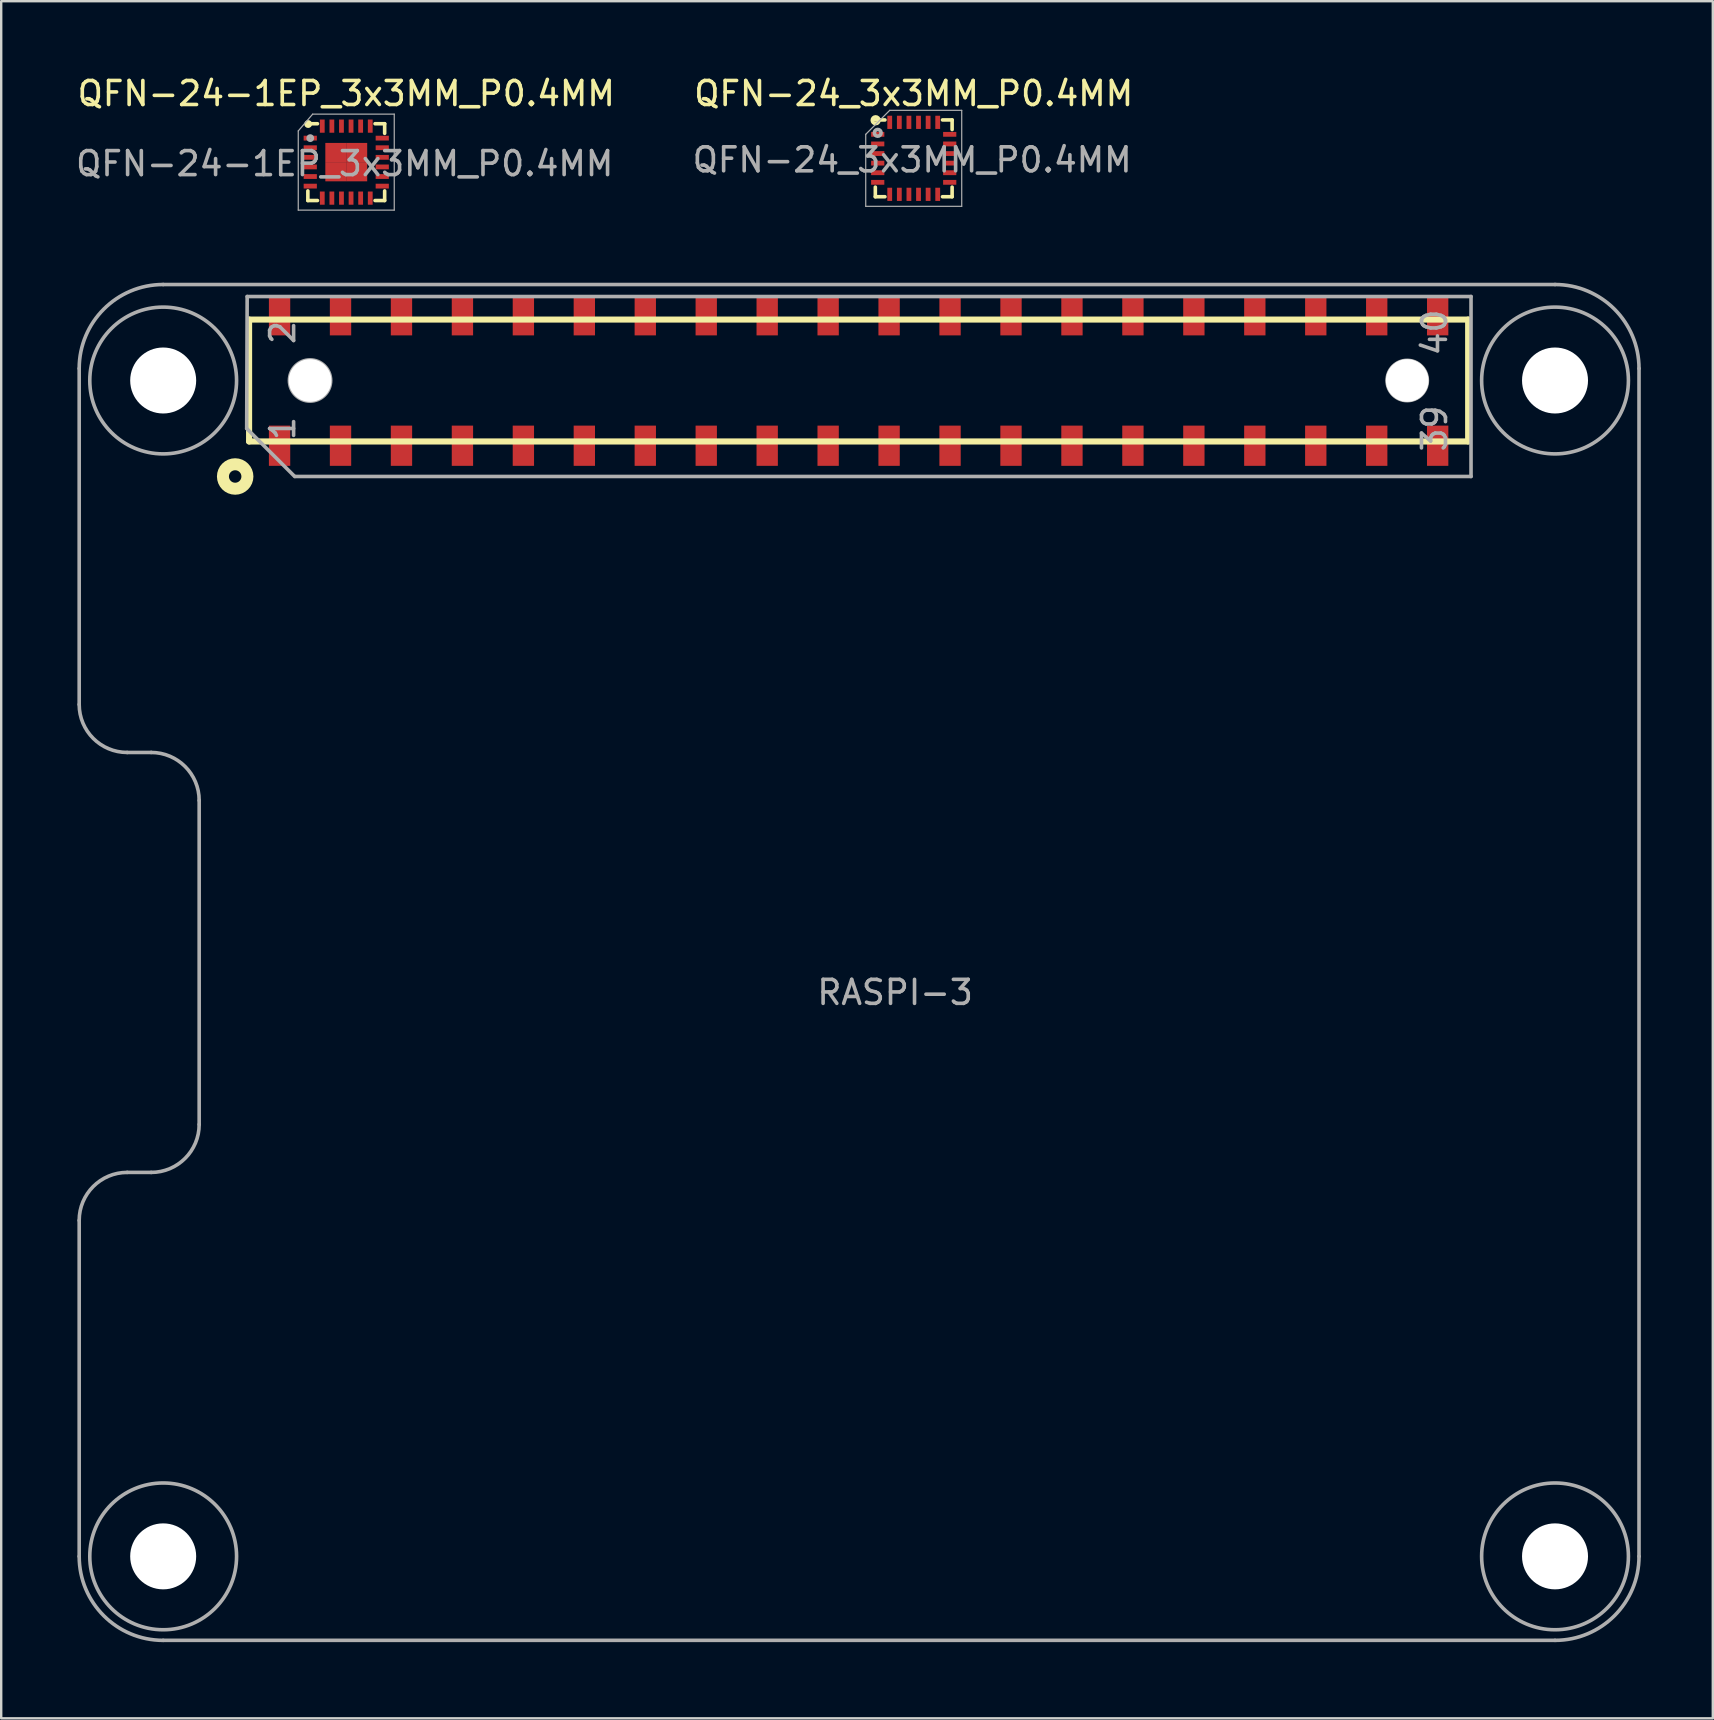
<source format=kicad_pcb>
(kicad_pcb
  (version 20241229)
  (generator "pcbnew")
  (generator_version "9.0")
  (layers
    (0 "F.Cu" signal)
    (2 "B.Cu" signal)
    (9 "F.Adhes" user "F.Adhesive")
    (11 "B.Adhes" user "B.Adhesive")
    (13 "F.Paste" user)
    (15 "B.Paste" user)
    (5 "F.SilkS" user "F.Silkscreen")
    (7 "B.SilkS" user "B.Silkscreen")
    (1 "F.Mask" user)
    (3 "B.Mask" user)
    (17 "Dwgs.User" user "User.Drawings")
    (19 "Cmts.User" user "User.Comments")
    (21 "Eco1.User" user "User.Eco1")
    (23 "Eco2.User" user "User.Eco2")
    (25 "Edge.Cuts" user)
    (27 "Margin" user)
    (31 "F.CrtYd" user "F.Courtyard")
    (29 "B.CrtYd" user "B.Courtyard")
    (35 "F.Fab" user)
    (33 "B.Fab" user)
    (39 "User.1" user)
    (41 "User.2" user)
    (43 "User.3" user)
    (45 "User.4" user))
  (footprint "QFN-24-1EP_3x3MM_P0.4MM"
    (layer "F.Cu")
    (at 11.379 3.706)
    (property "Reference" "QFN-24-1EP_3x3MM_P0.4MM" (at -0.064 0.064 0) (layer "F.Fab") (effects (font (size 1 1) (thickness 0.15))))
    (attr smd)
    (fp_line (start -1.6 -1.6) (end -1.2 -1.6) (stroke (width 0.15) (type solid)) (layer "F.SilkS"))
    (fp_line (start -1.6 1.6) (end -1.6 1.2) (stroke (width 0.15) (type solid)) (layer "F.SilkS"))
    (fp_line (start -1.6 1.6) (end -1.2 1.6) (stroke (width 0.15) (type solid)) (layer "F.SilkS"))
    (fp_line (start 1.6 -1.6) (end 1.2 -1.6) (stroke (width 0.15) (type solid)) (layer "F.SilkS"))
    (fp_line (start 1.6 -1.6) (end 1.6 -1.2) (stroke (width 0.15) (type solid)) (layer "F.SilkS"))
    (fp_line (start 1.6 1.6) (end 1.2 1.6) (stroke (width 0.15) (type solid)) (layer "F.SilkS"))
    (fp_line (start 1.6 1.6) (end 1.6 1.2) (stroke (width 0.15) (type solid)) (layer "F.SilkS"))
    (fp_circle (center -1.587 -1.587) (end -1.5 -1.6) (stroke (width 0.152) (type solid)) (fill no) (layer "F.SilkS"))
    (fp_line (start -2 -1.3) (end -1.4 -2) (stroke (width 0.05) (type solid)) (layer "F.Fab"))
    (fp_line (start -2 2) (end -2 -1.3) (stroke (width 0.05) (type solid)) (layer "F.Fab"))
    (fp_line (start -1.4 -2) (end 2 -2) (stroke (width 0.05) (type solid)) (layer "F.Fab"))
    (fp_line (start 2 -2) (end 2 2) (stroke (width 0.05) (type solid)) (layer "F.Fab"))
    (fp_line (start 2 2) (end -2 2) (stroke (width 0.05) (type solid)) (layer "F.Fab"))
    (fp_circle (center -1.5 -1) (end -1.413 -1.012) (stroke (width 0.152) (type solid)) (fill no) (layer "F.Fab"))
    (fp_text user "${REFERENCE}" (at 0 -2.857 0) (layer "F.SilkS") (effects (font (size 1 1) (thickness 0.15))))
    (pad "1" smd rect (at -1.5 -1) (size 0.55 0.2) (layers "F.Cu" "F.Mask" "F.Paste"))
    (pad "2" smd rect (at -1.5 -0.6) (size 0.55 0.2) (layers "F.Cu" "F.Mask" "F.Paste"))
    (pad "3" smd rect (at -1.5 -0.2) (size 0.55 0.2) (layers "F.Cu" "F.Mask" "F.Paste"))
    (pad "4" smd rect (at -1.5 0.2) (size 0.55 0.2) (layers "F.Cu" "F.Mask" "F.Paste"))
    (pad "5" smd rect (at -1.5 0.6) (size 0.55 0.2) (layers "F.Cu" "F.Mask" "F.Paste"))
    (pad "6" smd rect (at -1.5 1) (size 0.55 0.2) (layers "F.Cu" "F.Mask" "F.Paste"))
    (pad "7" smd rect (at -1 1.5 90) (size 0.55 0.2) (layers "F.Cu" "F.Mask" "F.Paste"))
    (pad "8" smd rect (at -0.6 1.5 90) (size 0.55 0.2) (layers "F.Cu" "F.Mask" "F.Paste"))
    (pad "9" smd rect (at -0.2 1.5 90) (size 0.55 0.2) (layers "F.Cu" "F.Mask" "F.Paste"))
    (pad "10" smd rect (at 0.2 1.5 90) (size 0.55 0.2) (layers "F.Cu" "F.Mask" "F.Paste"))
    (pad "11" smd rect (at 0.6 1.5 90) (size 0.55 0.2) (layers "F.Cu" "F.Mask" "F.Paste"))
    (pad "12" smd rect (at 1 1.5 90) (size 0.55 0.2) (layers "F.Cu" "F.Mask" "F.Paste"))
    (pad "13" smd rect (at 1.5 1) (size 0.55 0.2) (layers "F.Cu" "F.Mask" "F.Paste"))
    (pad "14" smd rect (at 1.5 0.6) (size 0.55 0.2) (layers "F.Cu" "F.Mask" "F.Paste"))
    (pad "15" smd rect (at 1.5 0.2) (size 0.55 0.2) (layers "F.Cu" "F.Mask" "F.Paste"))
    (pad "16" smd rect (at 1.5 -0.2) (size 0.55 0.2) (layers "F.Cu" "F.Mask" "F.Paste"))
    (pad "17" smd rect (at 1.5 -0.6) (size 0.55 0.2) (layers "F.Cu" "F.Mask" "F.Paste"))
    (pad "18" smd rect (at 1.5 -1) (size 0.55 0.2) (layers "F.Cu" "F.Mask" "F.Paste"))
    (pad "19" smd rect (at 1 -1.5 90) (size 0.55 0.2) (layers "F.Cu" "F.Mask" "F.Paste"))
    (pad "20" smd rect (at 0.6 -1.5 90) (size 0.55 0.2) (layers "F.Cu" "F.Mask" "F.Paste"))
    (pad "21" smd rect (at 0.2 -1.5 90) (size 0.55 0.2) (layers "F.Cu" "F.Mask" "F.Paste"))
    (pad "22" smd rect (at -0.2 -1.5 90) (size 0.55 0.2) (layers "F.Cu" "F.Mask" "F.Paste"))
    (pad "23" smd rect (at -0.6 -1.5 90) (size 0.55 0.2) (layers "F.Cu" "F.Mask" "F.Paste"))
    (pad "24" smd rect (at -1 -1.5 90) (size 0.55 0.2) (layers "F.Cu" "F.Mask" "F.Paste"))
    (pad "25" smd rect (at -0.435 -0.4) (size 0.875 0.8) (layers "F.Cu" "F.Mask" "F.Paste"))
    (pad "25" smd rect (at -0.435 0.4) (size 0.875 0.8) (layers "F.Cu" "F.Mask" "F.Paste"))
    (pad "25" smd rect (at 0.435 -0.4) (size 0.875 0.8) (layers "F.Cu" "F.Mask" "F.Paste"))
    (pad "25" smd rect (at 0.435 0.4) (size 0.875 0.8) (layers "F.Cu" "F.Mask" "F.Paste")))
  (footprint "QFN-24_3x3MM_P0.4MM"
    (layer "F.Cu")
    (at 35.026 3.548)
    (property "Reference" "QFN-24_3x3MM_P0.4MM" (at -0.064 0.064 0) (layer "F.Fab") (effects (font (size 1 1) (thickness 0.15))))
    (attr smd)
    (fp_line (start -1.6 -1.6) (end -1.2 -1.6) (stroke (width 0.15) (type solid)) (layer "F.SilkS"))
    (fp_line (start -1.6 1.6) (end -1.6 1.2) (stroke (width 0.15) (type solid)) (layer "F.SilkS"))
    (fp_line (start -1.6 1.6) (end -1.2 1.6) (stroke (width 0.15) (type solid)) (layer "F.SilkS"))
    (fp_line (start 1.6 -1.6) (end 1.2 -1.6) (stroke (width 0.15) (type solid)) (layer "F.SilkS"))
    (fp_line (start 1.6 -1.6) (end 1.6 -1.2) (stroke (width 0.15) (type solid)) (layer "F.SilkS"))
    (fp_line (start 1.6 1.6) (end 1.2 1.6) (stroke (width 0.15) (type solid)) (layer "F.SilkS"))
    (fp_line (start 1.6 1.6) (end 1.6 1.2) (stroke (width 0.15) (type solid)) (layer "F.SilkS"))
    (fp_circle (center -1.587 -1.587) (end -1.524 -1.587) (stroke (width 0.152) (type solid)) (fill no) (layer "F.SilkS"))
    (fp_line (start -2 -1) (end -1 -2) (stroke (width 0.051) (type solid)) (layer "F.Fab"))
    (fp_line (start -2 2) (end -2 -1) (stroke (width 0.05) (type solid)) (layer "F.Fab"))
    (fp_line (start -1 -2) (end 2 -2) (stroke (width 0.05) (type solid)) (layer "F.Fab"))
    (fp_line (start 2 -2) (end 2 2) (stroke (width 0.05) (type solid)) (layer "F.Fab"))
    (fp_line (start 2 2) (end -2 2) (stroke (width 0.05) (type solid)) (layer "F.Fab"))
    (fp_circle (center -1.5 -1.063) (end -1.5 -1.127) (stroke (width 0.152) (type solid)) (fill no) (layer "F.Fab"))
    (fp_text user "${REFERENCE}" (at 0 -2.7 0) (layer "F.SilkS") (effects (font (size 1 1) (thickness 0.15))))
    (pad "1" smd rect (at -1.5 -1) (size 0.55 0.2) (layers "F.Cu" "F.Mask" "F.Paste"))
    (pad "2" smd rect (at -1.5 -0.6) (size 0.55 0.2) (layers "F.Cu" "F.Mask" "F.Paste"))
    (pad "3" smd rect (at -1.5 -0.2) (size 0.55 0.2) (layers "F.Cu" "F.Mask" "F.Paste"))
    (pad "4" smd rect (at -1.5 0.2) (size 0.55 0.2) (layers "F.Cu" "F.Mask" "F.Paste"))
    (pad "5" smd rect (at -1.5 0.6) (size 0.55 0.2) (layers "F.Cu" "F.Mask" "F.Paste"))
    (pad "6" smd rect (at -1.5 1) (size 0.55 0.2) (layers "F.Cu" "F.Mask" "F.Paste"))
    (pad "7" smd rect (at -1 1.5 90) (size 0.55 0.2) (layers "F.Cu" "F.Mask" "F.Paste"))
    (pad "8" smd rect (at -0.6 1.5 90) (size 0.55 0.2) (layers "F.Cu" "F.Mask" "F.Paste"))
    (pad "9" smd rect (at -0.2 1.5 90) (size 0.55 0.2) (layers "F.Cu" "F.Mask" "F.Paste"))
    (pad "10" smd rect (at 0.2 1.5 90) (size 0.55 0.2) (layers "F.Cu" "F.Mask" "F.Paste"))
    (pad "11" smd rect (at 0.6 1.5 90) (size 0.55 0.2) (layers "F.Cu" "F.Mask" "F.Paste"))
    (pad "12" smd rect (at 1 1.5 90) (size 0.55 0.2) (layers "F.Cu" "F.Mask" "F.Paste"))
    (pad "13" smd rect (at 1.5 1) (size 0.55 0.2) (layers "F.Cu" "F.Mask" "F.Paste"))
    (pad "14" smd rect (at 1.5 0.6) (size 0.55 0.2) (layers "F.Cu" "F.Mask" "F.Paste"))
    (pad "15" smd rect (at 1.5 0.2) (size 0.55 0.2) (layers "F.Cu" "F.Mask" "F.Paste"))
    (pad "16" smd rect (at 1.5 -0.2) (size 0.55 0.2) (layers "F.Cu" "F.Mask" "F.Paste"))
    (pad "17" smd rect (at 1.5 -0.6) (size 0.55 0.2) (layers "F.Cu" "F.Mask" "F.Paste"))
    (pad "18" smd rect (at 1.5 -1) (size 0.55 0.2) (layers "F.Cu" "F.Mask" "F.Paste"))
    (pad "19" smd rect (at 1 -1.5 90) (size 0.55 0.2) (layers "F.Cu" "F.Mask" "F.Paste"))
    (pad "20" smd rect (at 0.6 -1.5 90) (size 0.55 0.2) (layers "F.Cu" "F.Mask" "F.Paste"))
    (pad "21" smd rect (at 0.2 -1.5 90) (size 0.55 0.2) (layers "F.Cu" "F.Mask" "F.Paste"))
    (pad "22" smd rect (at -0.2 -1.5 90) (size 0.55 0.2) (layers "F.Cu" "F.Mask" "F.Paste"))
    (pad "23" smd rect (at -0.6 -1.5 90) (size 0.55 0.2) (layers "F.Cu" "F.Mask" "F.Paste"))
    (pad "24" smd rect (at -1 -1.5 90) (size 0.55 0.2) (layers "F.Cu" "F.Mask" "F.Paste")))
  (footprint "RASPI-3"
    (layer "F.Cu")
    (at 0.25 65.306)
    (property "Reference" "RASPI-3" (at 34 -27 0) (layer "F.Fab") (effects (font (size 1 1) (thickness 0.15))))
    (attr smd)
    (fp_line (start 7.08 -55.04) (end 57.88 -55.04) (stroke (width 0.254) (type solid)) (layer "F.SilkS"))
    (fp_line (start 7.08 -49.96) (end 7.08 -55.04) (stroke (width 0.254) (type solid)) (layer "F.SilkS"))
    (fp_line (start 57.88 -55.04) (end 57.88 -49.96) (stroke (width 0.254) (type solid)) (layer "F.SilkS"))
    (fp_line (start 57.88 -49.96) (end 7.08 -49.96) (stroke (width 0.254) (type solid)) (layer "F.SilkS"))
    (fp_circle (center 6.5 -48.5) (end 6.6 -48) (stroke (width 0.5) (type solid)) (fill no) (layer "F.SilkS"))
    (fp_line (start 0 -53) (end 0 -39) (stroke (width 0.15) (type solid)) (layer "F.Fab"))
    (fp_line (start 0 -3.5) (end 0 -17.5) (stroke (width 0.15) (type solid)) (layer "F.Fab"))
    (fp_line (start 3 -37) (end 2 -37) (stroke (width 0.15) (type solid)) (layer "F.Fab"))
    (fp_line (start 3 -19.5) (end 2 -19.5) (stroke (width 0.15) (type solid)) (layer "F.Fab"))
    (fp_line (start 3.5 0) (end 61.5 0) (stroke (width 0.15) (type solid)) (layer "F.Fab"))
    (fp_line (start 5 -35) (end 5 -21.5) (stroke (width 0.15) (type solid)) (layer "F.Fab"))
    (fp_line (start 7 -56) (end 6.98 -50.5) (stroke (width 0.15) (type solid)) (layer "F.Fab"))
    (fp_line (start 8.98 -48.5) (end 6.98 -50.5) (stroke (width 0.15) (type solid)) (layer "F.Fab"))
    (fp_line (start 9 -48.5) (end 58 -48.5) (stroke (width 0.15) (type solid)) (layer "F.Fab"))
    (fp_line (start 58 -56) (end 7 -56) (stroke (width 0.15) (type solid)) (layer "F.Fab"))
    (fp_line (start 58 -48.5) (end 58 -56) (stroke (width 0.15) (type solid)) (layer "F.Fab"))
    (fp_line (start 61.5 -56.5) (end 3.5 -56.5) (stroke (width 0.15) (type solid)) (layer "F.Fab"))
    (fp_line (start 65 -3.5) (end 65 -53) (stroke (width 0.15) (type solid)) (layer "F.Fab"))
    (fp_arc (start 0 -53) (mid 1.025126 -55.474874) (end 3.5 -56.5) (stroke (width 0.15) (type solid)) (layer "F.Fab"))
    (fp_arc (start 0 -17.5) (mid 0.585786 -18.914214) (end 2 -19.5) (stroke (width 0.15) (type solid)) (layer "F.Fab"))
    (fp_arc (start 2 -37) (mid 0.585786 -37.585786) (end 0 -39) (stroke (width 0.15) (type solid)) (layer "F.Fab"))
    (fp_arc (start 3 -37) (mid 4.414214 -36.414214) (end 5 -35) (stroke (width 0.15) (type solid)) (layer "F.Fab"))
    (fp_arc (start 3.5 0) (mid 1.025126 -1.025126) (end 0 -3.5) (stroke (width 0.15) (type solid)) (layer "F.Fab"))
    (fp_arc (start 5 -21.5) (mid 4.414214 -20.085786) (end 3 -19.5) (stroke (width 0.15) (type solid)) (layer "F.Fab"))
    (fp_arc (start 61.5 -56.5) (mid 63.974874 -55.474874) (end 65 -53) (stroke (width 0.15) (type solid)) (layer "F.Fab"))
    (fp_arc (start 65 -3.5) (mid 63.974874 -1.025126) (end 61.5 0) (stroke (width 0.15) (type solid)) (layer "F.Fab"))
    (fp_circle (center 3.5 -52.5) (end 1.994 -49.838) (stroke (width 0.15) (type solid)) (fill no) (layer "F.Fab"))
    (fp_circle (center 3.5 -3.5) (end 1.994 -0.838) (stroke (width 0.15) (type solid)) (fill no) (layer "F.Fab"))
    (fp_circle (center 9.62 -52.5) (end 10.48 -52.5) (stroke (width 0.15) (type solid)) (fill no) (layer "F.Fab"))
    (fp_circle (center 55.34 -52.5) (end 56.18 -52.5) (stroke (width 0.15) (type solid)) (fill no) (layer "F.Fab"))
    (fp_circle (center 61.5 -52.5) (end 63.006 -55.162) (stroke (width 0.15) (type solid)) (fill no) (layer "F.Fab"))
    (fp_circle (center 61.5 -3.5) (end 59.994 -0.838) (stroke (width 0.15) (type solid)) (fill no) (layer "F.Fab"))
    (fp_text user "40" (at 56.48 -54.5 90) (layer "F.Fab") (effects (font (size 1 1) (thickness 0.15))))
    (fp_text user "1" (at 8.48 -50.5 90) (layer "F.Fab") (effects (font (size 1 1) (thickness 0.15))))
    (fp_text user "39" (at 56.48 -50.5 90) (layer "F.Fab") (effects (font (size 1 1) (thickness 0.15))))
    (fp_text user "2" (at 8.48 -54.5 90) (layer "F.Fab") (effects (font (size 1 1) (thickness 0.15))))
    (pad "" np_thru_hole circle (at 3.5 -52.5) (size 2.75 2.75) (drill 2.75) (layers "*.Cu" "*.Mask"))
    (pad "" np_thru_hole circle (at 3.5 -3.5) (size 2.75 2.75) (drill 2.75) (layers "*.Cu" "*.Mask"))
    (pad "" np_thru_hole circle (at 9.62 -52.5) (size 1.778 1.778) (drill 1.778) (layers "*.Cu" "*.Mask" "F.SilkS"))
    (pad "" np_thru_hole circle (at 55.34 -52.5) (size 1.778 1.778) (drill 1.778) (layers "*.Cu" "*.Mask" "F.SilkS"))
    (pad "" np_thru_hole circle (at 61.5 -52.5 180) (size 2.75 2.75) (drill 2.75) (layers "*.Cu" "*.Mask"))
    (pad "" np_thru_hole circle (at 61.5 -3.5 180) (size 2.75 2.75) (drill 2.75) (layers "*.Cu" "*.Mask"))
    (pad "1" smd rect (at 8.35 -49.782 180) (size 0.889 1.676) (layers "F.Cu" "F.Mask" "F.Paste"))
    (pad "2" smd rect (at 8.35 -55.218 180) (size 0.889 1.676) (layers "F.Cu" "F.Mask" "F.Paste"))
    (pad "3" smd rect (at 10.89 -49.782 180) (size 0.889 1.676) (layers "F.Cu" "F.Mask" "F.Paste"))
    (pad "4" smd rect (at 10.89 -55.218 180) (size 0.889 1.676) (layers "F.Cu" "F.Mask" "F.Paste"))
    (pad "5" smd rect (at 13.43 -49.782 180) (size 0.889 1.676) (layers "F.Cu" "F.Mask" "F.Paste"))
    (pad "6" smd rect (at 13.43 -55.218 180) (size 0.889 1.676) (layers "F.Cu" "F.Mask" "F.Paste"))
    (pad "7" smd rect (at 15.97 -49.782 180) (size 0.889 1.676) (layers "F.Cu" "F.Mask" "F.Paste"))
    (pad "8" smd rect (at 15.97 -55.218 180) (size 0.889 1.676) (layers "F.Cu" "F.Mask" "F.Paste"))
    (pad "9" smd rect (at 18.51 -49.782 180) (size 0.889 1.676) (layers "F.Cu" "F.Mask" "F.Paste"))
    (pad "10" smd rect (at 18.51 -55.218 180) (size 0.889 1.676) (layers "F.Cu" "F.Mask" "F.Paste"))
    (pad "11" smd rect (at 21.05 -49.782 180) (size 0.889 1.676) (layers "F.Cu" "F.Mask" "F.Paste"))
    (pad "12" smd rect (at 21.05 -55.218 180) (size 0.889 1.676) (layers "F.Cu" "F.Mask" "F.Paste"))
    (pad "13" smd rect (at 23.59 -49.782 180) (size 0.889 1.676) (layers "F.Cu" "F.Mask" "F.Paste"))
    (pad "14" smd rect (at 23.59 -55.218 180) (size 0.889 1.676) (layers "F.Cu" "F.Mask" "F.Paste"))
    (pad "15" smd rect (at 26.13 -49.782 180) (size 0.889 1.676) (layers "F.Cu" "F.Mask" "F.Paste"))
    (pad "16" smd rect (at 26.13 -55.218 180) (size 0.889 1.676) (layers "F.Cu" "F.Mask" "F.Paste"))
    (pad "17" smd rect (at 28.67 -49.782 180) (size 0.889 1.676) (layers "F.Cu" "F.Mask" "F.Paste"))
    (pad "18" smd rect (at 28.67 -55.218 180) (size 0.889 1.676) (layers "F.Cu" "F.Mask" "F.Paste"))
    (pad "19" smd rect (at 31.21 -49.782 180) (size 0.889 1.676) (layers "F.Cu" "F.Mask" "F.Paste"))
    (pad "20" smd rect (at 31.21 -55.218 180) (size 0.889 1.676) (layers "F.Cu" "F.Mask" "F.Paste"))
    (pad "21" smd rect (at 33.75 -49.782 180) (size 0.889 1.676) (layers "F.Cu" "F.Mask" "F.Paste"))
    (pad "22" smd rect (at 33.75 -55.218 180) (size 0.889 1.676) (layers "F.Cu" "F.Mask" "F.Paste"))
    (pad "23" smd rect (at 36.29 -49.782 180) (size 0.889 1.676) (layers "F.Cu" "F.Mask" "F.Paste"))
    (pad "24" smd rect (at 36.29 -55.218 180) (size 0.889 1.676) (layers "F.Cu" "F.Mask" "F.Paste"))
    (pad "25" smd rect (at 38.83 -49.782 180) (size 0.889 1.676) (layers "F.Cu" "F.Mask" "F.Paste"))
    (pad "26" smd rect (at 38.83 -55.218 180) (size 0.889 1.676) (layers "F.Cu" "F.Mask" "F.Paste"))
    (pad "27" smd rect (at 41.37 -49.782 180) (size 0.889 1.676) (layers "F.Cu" "F.Mask" "F.Paste"))
    (pad "28" smd rect (at 41.37 -55.218 180) (size 0.889 1.676) (layers "F.Cu" "F.Mask" "F.Paste"))
    (pad "29" smd rect (at 43.91 -49.782 180) (size 0.889 1.676) (layers "F.Cu" "F.Mask" "F.Paste"))
    (pad "30" smd rect (at 43.91 -55.218 180) (size 0.889 1.676) (layers "F.Cu" "F.Mask" "F.Paste"))
    (pad "31" smd rect (at 46.45 -49.782 180) (size 0.889 1.676) (layers "F.Cu" "F.Mask" "F.Paste"))
    (pad "32" smd rect (at 46.45 -55.218 180) (size 0.889 1.676) (layers "F.Cu" "F.Mask" "F.Paste"))
    (pad "33" smd rect (at 48.99 -49.782 180) (size 0.889 1.676) (layers "F.Cu" "F.Mask" "F.Paste"))
    (pad "34" smd rect (at 48.99 -55.218 180) (size 0.889 1.676) (layers "F.Cu" "F.Mask" "F.Paste"))
    (pad "35" smd rect (at 51.53 -49.782 180) (size 0.889 1.676) (layers "F.Cu" "F.Mask" "F.Paste"))
    (pad "36" smd rect (at 51.53 -55.218 180) (size 0.889 1.676) (layers "F.Cu" "F.Mask" "F.Paste"))
    (pad "37" smd rect (at 54.07 -49.782 180) (size 0.889 1.676) (layers "F.Cu" "F.Mask" "F.Paste"))
    (pad "38" smd rect (at 54.07 -55.218 180) (size 0.889 1.676) (layers "F.Cu" "F.Mask" "F.Paste"))
    (pad "39" smd rect (at 56.61 -49.782 180) (size 0.889 1.676) (layers "F.Cu" "F.Mask" "F.Paste"))
    (pad "40" smd rect (at 56.61 -55.218 180) (size 0.889 1.676) (layers "F.Cu" "F.Mask" "F.Paste")))
  (gr_rect
    (start -3 -3)
    (end 68.325 68.556)
    (stroke (width 0.1) (type default))
    (fill no)
    (layer "Edge.Cuts")))
</source>
